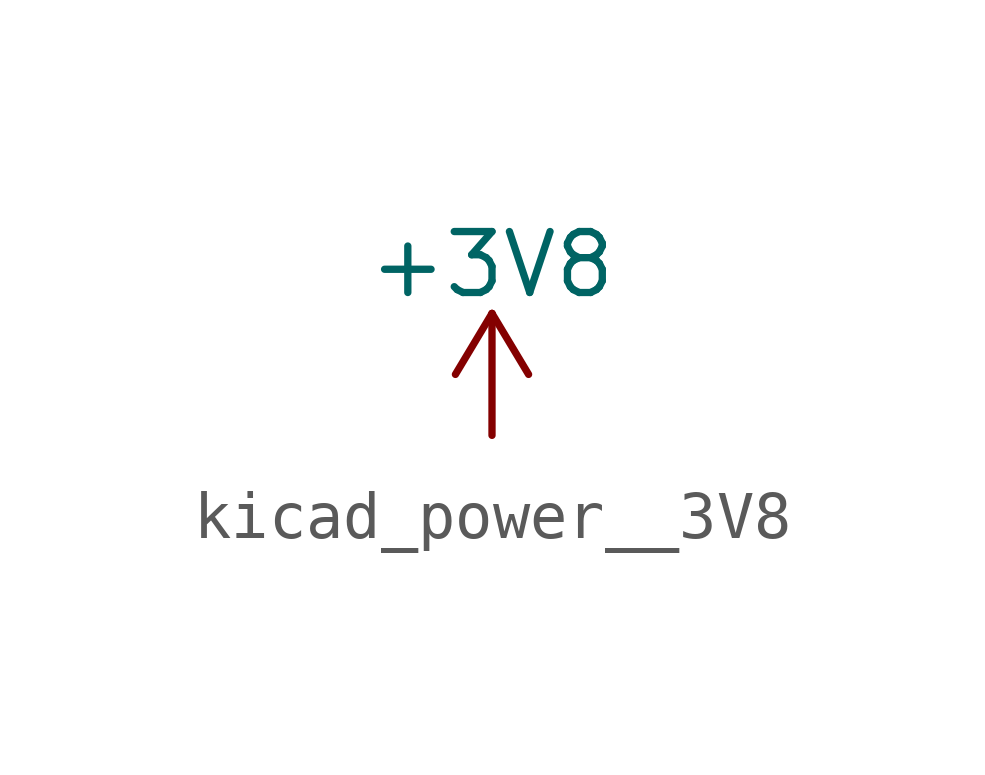
<source format=kicad_sym>
(kicad_symbol_lib
  (version 20220914)
  (generator kicad_symbol_editor)
  (symbol "kicad_power__3V8"
    (power)
    (pin_names
      (offset 0))
    (property "Reference" "#PWR"
      (at 0 -3.81 0)
      (effects (font (size 1.27 1.27)) hide))
    (property "Value" "+3V8"
      (at 0 3.556 0)
      (effects (font (size 1.27 1.27))))
    (symbol "kicad_power__3V8_0_1"
      (polyline (pts (xy -0.762 1.27) (xy 0 2.54)) (stroke (width 0) (type default)) (fill (type none)))
      (polyline (pts (xy 0 0) (xy 0 2.54)) (stroke (width 0) (type default)) (fill (type none)))
      (polyline (pts (xy 0 2.54) (xy 0.762 1.27)) (stroke (width 0) (type default)) (fill (type none))))
    (symbol "kicad_power__3V8_1_1"
      (pin power_in line (at 0 0 90) (length 0) hide (name "+3V8" (effects (font (size 1.27 1.27)))) (number "1" (effects (font (size 1.27 1.27))))))))
</source>
